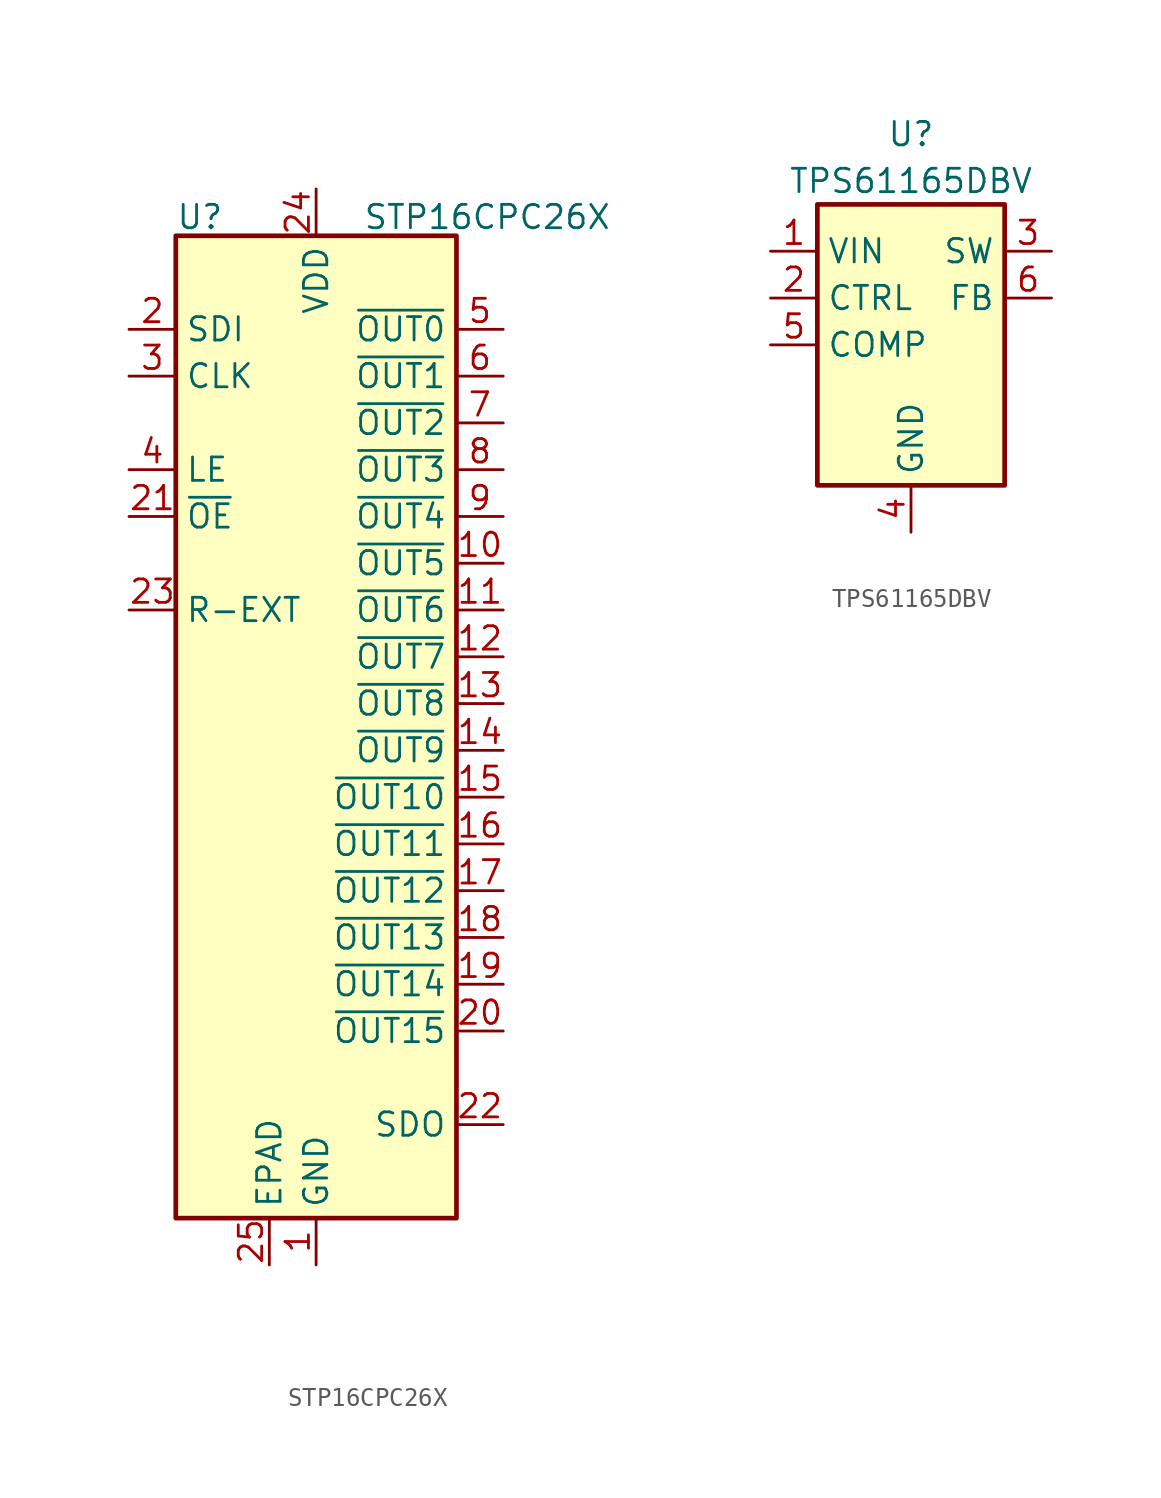
<source format=kicad_sym>
(kicad_symbol_lib
  (version 20241209)
  (generator "kicad_symbol_editor")
  (generator_version "9.0")
  (symbol "STP16CPC26X"
    (property "Reference" "U"
      (at -7.62 28.956 0)
      (effects (font (size 1.27 1.27)) (justify left)))
    (property "Value" "STP16CPC26X"
      (at 2.54 28.956 0)
      (effects (font (size 1.27 1.27)) (justify left)))
    (symbol "STP16CPC26X_0_1"
      (rectangle (start -7.62 27.94) (end 7.62 -25.4) (stroke (width 0.254) (type default)) (fill (type background))))
    (symbol "STP16CPC26X_1_1"
      (pin input line (at -10.16 22.86 0) (length 2.54) (name "SDI" (effects (font (size 1.27 1.27)))) (number "2" (effects (font (size 1.27 1.27)))))
      (pin input line (at -10.16 20.32 0) (length 2.54) (name "CLK" (effects (font (size 1.27 1.27)))) (number "3" (effects (font (size 1.27 1.27)))))
      (pin input line (at -10.16 15.24 0) (length 2.54) (name "LE" (effects (font (size 1.27 1.27)))) (number "4" (effects (font (size 1.27 1.27)))))
      (pin input line (at -10.16 12.7 0) (length 2.54) (name "~{OE}" (effects (font (size 1.27 1.27)))) (number "21" (effects (font (size 1.27 1.27)))))
      (pin output line (at -10.16 7.62 0) (length 2.54) (name "R-EXT" (effects (font (size 1.27 1.27)))) (number "23" (effects (font (size 1.27 1.27)))))
      (pin passive line (at -2.54 -27.94 90) (length 2.54) (name "EPAD" (effects (font (size 1.27 1.27)))) (number "25" (effects (font (size 1.27 1.27)))))
      (pin power_in line (at 0 30.48 270) (length 2.54) (name "VDD" (effects (font (size 1.27 1.27)))) (number "24" (effects (font (size 1.27 1.27)))))
      (pin power_in line (at 0 -27.94 90) (length 2.54) (name "GND" (effects (font (size 1.27 1.27)))) (number "1" (effects (font (size 1.27 1.27)))))
      (pin open_collector line (at 10.16 22.86 180) (length 2.54) (name "~{OUT0}" (effects (font (size 1.27 1.27)))) (number "5" (effects (font (size 1.27 1.27)))))
      (pin open_collector line (at 10.16 20.32 180) (length 2.54) (name "~{OUT1}" (effects (font (size 1.27 1.27)))) (number "6" (effects (font (size 1.27 1.27)))))
      (pin open_collector line (at 10.16 17.78 180) (length 2.54) (name "~{OUT2}" (effects (font (size 1.27 1.27)))) (number "7" (effects (font (size 1.27 1.27)))))
      (pin open_collector line (at 10.16 15.24 180) (length 2.54) (name "~{OUT3}" (effects (font (size 1.27 1.27)))) (number "8" (effects (font (size 1.27 1.27)))))
      (pin open_collector line (at 10.16 12.7 180) (length 2.54) (name "~{OUT4}" (effects (font (size 1.27 1.27)))) (number "9" (effects (font (size 1.27 1.27)))))
      (pin open_collector line (at 10.16 10.16 180) (length 2.54) (name "~{OUT5}" (effects (font (size 1.27 1.27)))) (number "10" (effects (font (size 1.27 1.27)))))
      (pin open_collector line (at 10.16 7.62 180) (length 2.54) (name "~{OUT6}" (effects (font (size 1.27 1.27)))) (number "11" (effects (font (size 1.27 1.27)))))
      (pin open_collector line (at 10.16 5.08 180) (length 2.54) (name "~{OUT7}" (effects (font (size 1.27 1.27)))) (number "12" (effects (font (size 1.27 1.27)))))
      (pin open_collector line (at 10.16 2.54 180) (length 2.54) (name "~{OUT8}" (effects (font (size 1.27 1.27)))) (number "13" (effects (font (size 1.27 1.27)))))
      (pin open_collector line (at 10.16 0 180) (length 2.54) (name "~{OUT9}" (effects (font (size 1.27 1.27)))) (number "14" (effects (font (size 1.27 1.27)))))
      (pin open_collector line (at 10.16 -2.54 180) (length 2.54) (name "~{OUT10}" (effects (font (size 1.27 1.27)))) (number "15" (effects (font (size 1.27 1.27)))))
      (pin open_collector line (at 10.16 -5.08 180) (length 2.54) (name "~{OUT11}" (effects (font (size 1.27 1.27)))) (number "16" (effects (font (size 1.27 1.27)))))
      (pin open_collector line (at 10.16 -7.62 180) (length 2.54) (name "~{OUT12}" (effects (font (size 1.27 1.27)))) (number "17" (effects (font (size 1.27 1.27)))))
      (pin open_collector line (at 10.16 -10.16 180) (length 2.54) (name "~{OUT13}" (effects (font (size 1.27 1.27)))) (number "18" (effects (font (size 1.27 1.27)))))
      (pin open_collector line (at 10.16 -12.7 180) (length 2.54) (name "~{OUT14}" (effects (font (size 1.27 1.27)))) (number "19" (effects (font (size 1.27 1.27)))))
      (pin open_collector line (at 10.16 -15.24 180) (length 2.54) (name "~{OUT15}" (effects (font (size 1.27 1.27)))) (number "20" (effects (font (size 1.27 1.27)))))
      (pin output line (at 10.16 -20.32 180) (length 2.54) (name "SDO" (effects (font (size 1.27 1.27)))) (number "22" (effects (font (size 1.27 1.27)))))))
  (symbol "TPS61165DBV"
    (property "Reference" "U"
      (at 0 11.43 0)
      (effects (font (size 1.27 1.27))))
    (property "Value" "TPS61165DBV"
      (at 0 8.89 0)
      (effects (font (size 1.27 1.27))))
    (symbol "TPS61165DBV_1_1"
      (rectangle (start -5.08 7.62) (end 5.08 -7.62) (stroke (width 0.254) (type default)) (fill (type background)))
      (pin power_in line (at -7.62 5.08 0) (length 2.54) (name "VIN" (effects (font (size 1.27 1.27)))) (number "1" (effects (font (size 1.27 1.27)))))
      (pin input line (at -7.62 2.54 0) (length 2.54) (name "CTRL" (effects (font (size 1.27 1.27)))) (number "2" (effects (font (size 1.27 1.27)))))
      (pin output line (at -7.62 0 0) (length 2.54) (name "COMP" (effects (font (size 1.27 1.27)))) (number "5" (effects (font (size 1.27 1.27)))))
      (pin power_in line (at 0 -10.16 90) (length 2.54) (name "GND" (effects (font (size 1.27 1.27)))) (number "4" (effects (font (size 1.27 1.27)))))
      (pin output line (at 7.62 5.08 180) (length 2.54) (name "SW" (effects (font (size 1.27 1.27)))) (number "3" (effects (font (size 1.27 1.27)))))
      (pin input line (at 7.62 2.54 180) (length 2.54) (name "FB" (effects (font (size 1.27 1.27)))) (number "6" (effects (font (size 1.27 1.27))))))))
</source>
